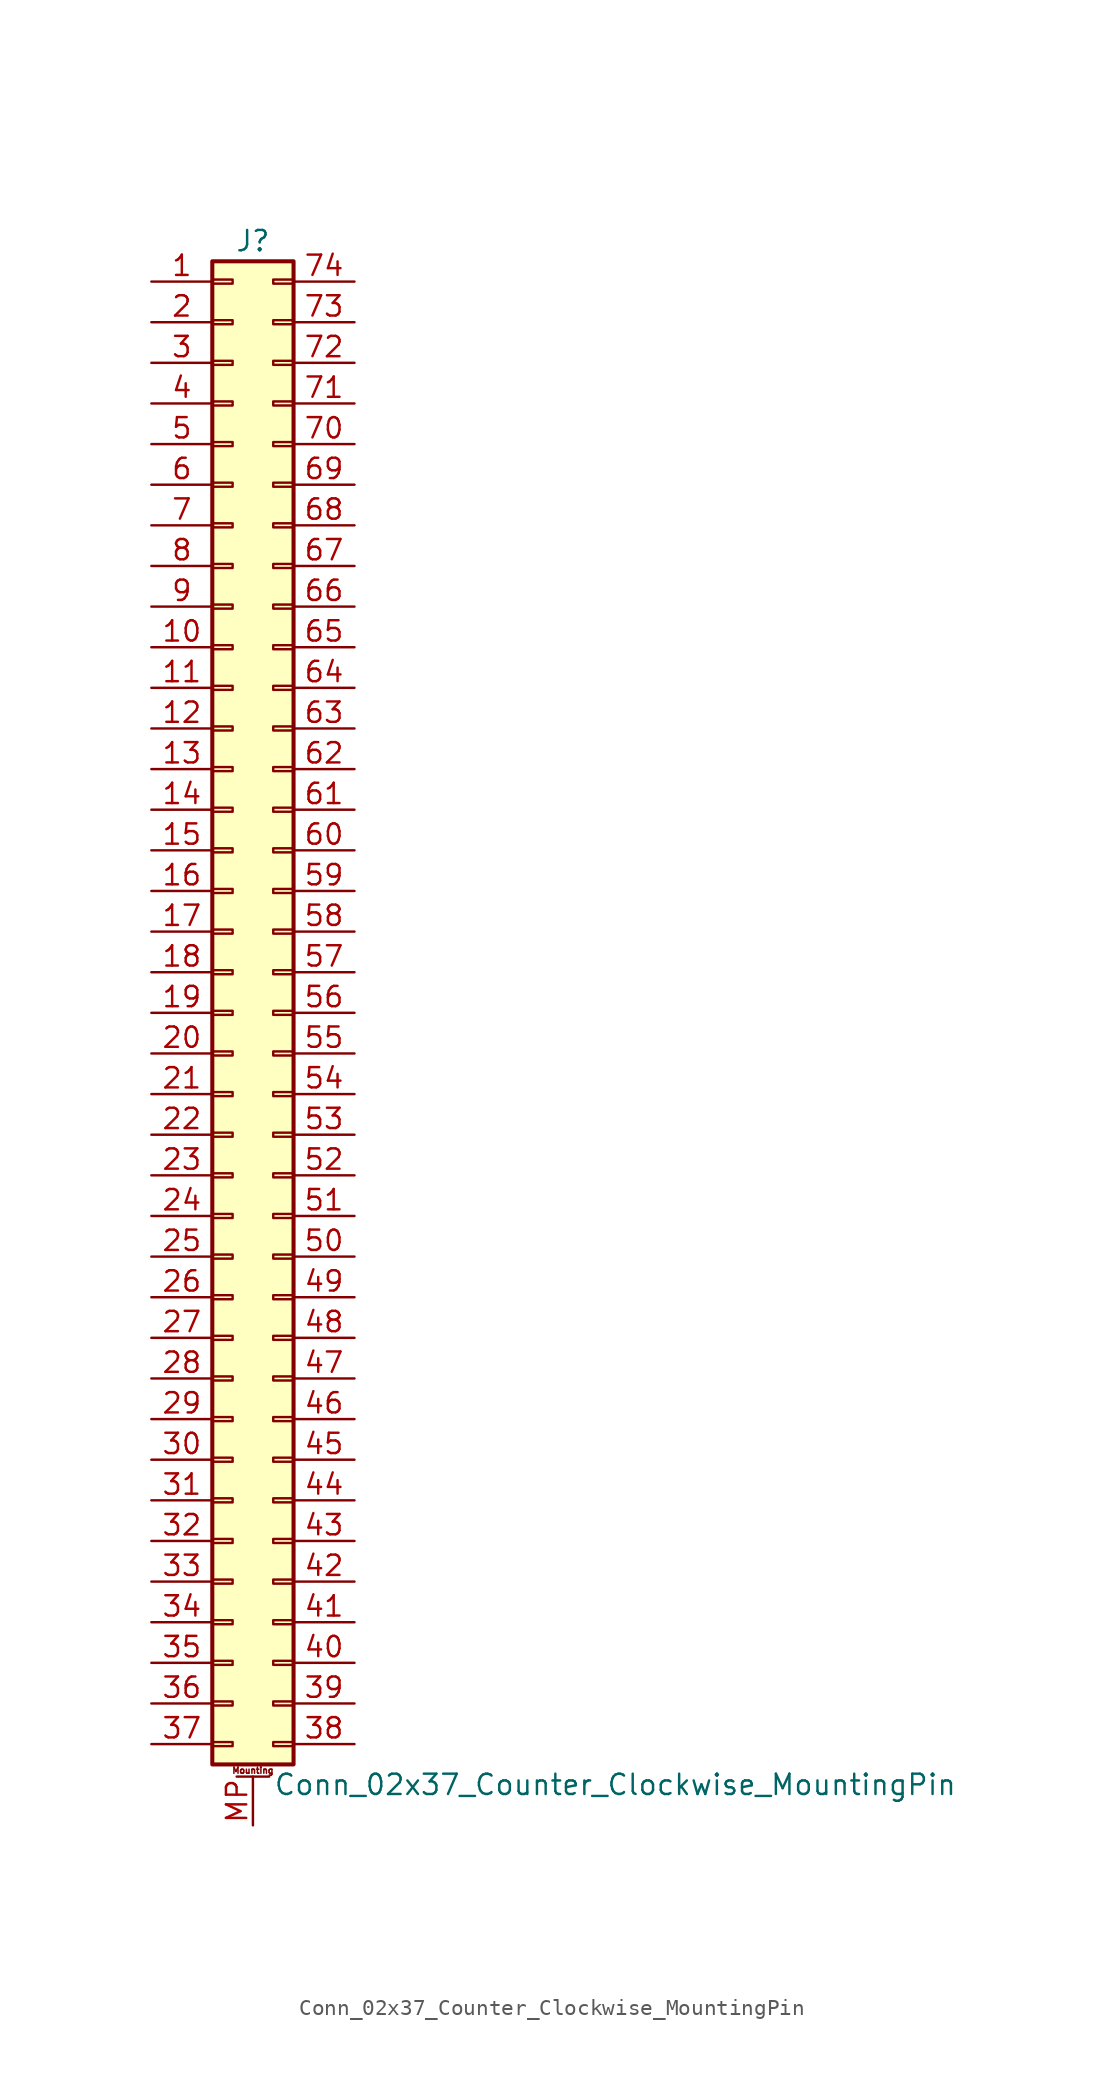
<source format=kicad_sym>
(kicad_symbol_lib
  (version 20201005)
  (generator kicad_symbol_editor)
  (symbol "Conn_02x37_Counter_Clockwise_MountingPin"
    (pin_names
      (offset 1.016) hide)
    (property "Reference" "J"
      (at 1.27 48.26 0)
      (effects (font (size 1.27 1.27))))
    (property "Value" "Conn_02x37_Counter_Clockwise_MountingPin"
      (at 2.54 -48.26 0)
      (effects (font (size 1.27 1.27)) (justify left)))
    (symbol "Conn_02x37_Counter_Clockwise_MountingPin_1_1"
      (text "Mounting" (at 1.27 -47.371 0) (effects (font (size 0.381 0.381))))
      (rectangle (start -1.27 -45.593) (end 0 -45.847) (stroke (width 0.152)) (fill (type none)))
      (rectangle (start -1.27 -43.053) (end 0 -43.307) (stroke (width 0.152)) (fill (type none)))
      (rectangle (start -1.27 -40.513) (end 0 -40.767) (stroke (width 0.152)) (fill (type none)))
      (rectangle (start -1.27 -37.973) (end 0 -38.227) (stroke (width 0.152)) (fill (type none)))
      (rectangle (start -1.27 -35.433) (end 0 -35.687) (stroke (width 0.152)) (fill (type none)))
      (rectangle (start -1.27 -32.893) (end 0 -33.147) (stroke (width 0.152)) (fill (type none)))
      (rectangle (start -1.27 -30.353) (end 0 -30.607) (stroke (width 0.152)) (fill (type none)))
      (rectangle (start -1.27 -27.813) (end 0 -28.067) (stroke (width 0.152)) (fill (type none)))
      (rectangle (start -1.27 -25.273) (end 0 -25.527) (stroke (width 0.152)) (fill (type none)))
      (rectangle (start -1.27 -22.733) (end 0 -22.987) (stroke (width 0.152)) (fill (type none)))
      (rectangle (start -1.27 -20.193) (end 0 -20.447) (stroke (width 0.152)) (fill (type none)))
      (rectangle (start -1.27 -17.653) (end 0 -17.907) (stroke (width 0.152)) (fill (type none)))
      (rectangle (start -1.27 -15.113) (end 0 -15.367) (stroke (width 0.152)) (fill (type none)))
      (rectangle (start -1.27 -12.573) (end 0 -12.827) (stroke (width 0.152)) (fill (type none)))
      (rectangle (start -1.27 -10.033) (end 0 -10.287) (stroke (width 0.152)) (fill (type none)))
      (rectangle (start -1.27 -7.493) (end 0 -7.747) (stroke (width 0.152)) (fill (type none)))
      (rectangle (start -1.27 -4.953) (end 0 -5.207) (stroke (width 0.152)) (fill (type none)))
      (rectangle (start -1.27 -2.413) (end 0 -2.667) (stroke (width 0.152)) (fill (type none)))
      (rectangle (start -1.27 0.127) (end 0 -0.127) (stroke (width 0.152)) (fill (type none)))
      (rectangle (start -1.27 2.667) (end 0 2.413) (stroke (width 0.152)) (fill (type none)))
      (rectangle (start -1.27 5.207) (end 0 4.953) (stroke (width 0.152)) (fill (type none)))
      (rectangle (start -1.27 7.747) (end 0 7.493) (stroke (width 0.152)) (fill (type none)))
      (rectangle (start -1.27 10.287) (end 0 10.033) (stroke (width 0.152)) (fill (type none)))
      (rectangle (start -1.27 12.827) (end 0 12.573) (stroke (width 0.152)) (fill (type none)))
      (rectangle (start -1.27 15.367) (end 0 15.113) (stroke (width 0.152)) (fill (type none)))
      (rectangle (start -1.27 17.907) (end 0 17.653) (stroke (width 0.152)) (fill (type none)))
      (rectangle (start -1.27 20.447) (end 0 20.193) (stroke (width 0.152)) (fill (type none)))
      (rectangle (start -1.27 22.987) (end 0 22.733) (stroke (width 0.152)) (fill (type none)))
      (rectangle (start -1.27 25.527) (end 0 25.273) (stroke (width 0.152)) (fill (type none)))
      (rectangle (start -1.27 28.067) (end 0 27.813) (stroke (width 0.152)) (fill (type none)))
      (rectangle (start -1.27 30.607) (end 0 30.353) (stroke (width 0.152)) (fill (type none)))
      (rectangle (start -1.27 33.147) (end 0 32.893) (stroke (width 0.152)) (fill (type none)))
      (rectangle (start -1.27 35.687) (end 0 35.433) (stroke (width 0.152)) (fill (type none)))
      (rectangle (start -1.27 38.227) (end 0 37.973) (stroke (width 0.152)) (fill (type none)))
      (rectangle (start -1.27 40.767) (end 0 40.513) (stroke (width 0.152)) (fill (type none)))
      (rectangle (start -1.27 43.307) (end 0 43.053) (stroke (width 0.152)) (fill (type none)))
      (rectangle (start -1.27 45.847) (end 0 45.593) (stroke (width 0.152)) (fill (type none)))
      (rectangle (start 3.81 -45.593) (end 2.54 -45.847) (stroke (width 0.152)) (fill (type none)))
      (rectangle (start 3.81 -43.053) (end 2.54 -43.307) (stroke (width 0.152)) (fill (type none)))
      (rectangle (start 3.81 -40.513) (end 2.54 -40.767) (stroke (width 0.152)) (fill (type none)))
      (rectangle (start 3.81 -37.973) (end 2.54 -38.227) (stroke (width 0.152)) (fill (type none)))
      (rectangle (start 3.81 -35.433) (end 2.54 -35.687) (stroke (width 0.152)) (fill (type none)))
      (rectangle (start 3.81 -32.893) (end 2.54 -33.147) (stroke (width 0.152)) (fill (type none)))
      (rectangle (start 3.81 -30.353) (end 2.54 -30.607) (stroke (width 0.152)) (fill (type none)))
      (rectangle (start 3.81 -27.813) (end 2.54 -28.067) (stroke (width 0.152)) (fill (type none)))
      (rectangle (start 3.81 -25.273) (end 2.54 -25.527) (stroke (width 0.152)) (fill (type none)))
      (rectangle (start 3.81 -22.733) (end 2.54 -22.987) (stroke (width 0.152)) (fill (type none)))
      (rectangle (start 3.81 -20.193) (end 2.54 -20.447) (stroke (width 0.152)) (fill (type none)))
      (rectangle (start 3.81 -17.653) (end 2.54 -17.907) (stroke (width 0.152)) (fill (type none)))
      (rectangle (start 3.81 -15.113) (end 2.54 -15.367) (stroke (width 0.152)) (fill (type none)))
      (rectangle (start 3.81 -12.573) (end 2.54 -12.827) (stroke (width 0.152)) (fill (type none)))
      (rectangle (start 3.81 -10.033) (end 2.54 -10.287) (stroke (width 0.152)) (fill (type none)))
      (rectangle (start 3.81 -7.493) (end 2.54 -7.747) (stroke (width 0.152)) (fill (type none)))
      (rectangle (start 3.81 -4.953) (end 2.54 -5.207) (stroke (width 0.152)) (fill (type none)))
      (rectangle (start 3.81 -2.413) (end 2.54 -2.667) (stroke (width 0.152)) (fill (type none)))
      (rectangle (start 3.81 0.127) (end 2.54 -0.127) (stroke (width 0.152)) (fill (type none)))
      (rectangle (start 3.81 2.667) (end 2.54 2.413) (stroke (width 0.152)) (fill (type none)))
      (rectangle (start 3.81 5.207) (end 2.54 4.953) (stroke (width 0.152)) (fill (type none)))
      (rectangle (start 3.81 7.747) (end 2.54 7.493) (stroke (width 0.152)) (fill (type none)))
      (rectangle (start 3.81 10.287) (end 2.54 10.033) (stroke (width 0.152)) (fill (type none)))
      (rectangle (start 3.81 12.827) (end 2.54 12.573) (stroke (width 0.152)) (fill (type none)))
      (rectangle (start 3.81 15.367) (end 2.54 15.113) (stroke (width 0.152)) (fill (type none)))
      (rectangle (start 3.81 17.907) (end 2.54 17.653) (stroke (width 0.152)) (fill (type none)))
      (rectangle (start 3.81 20.447) (end 2.54 20.193) (stroke (width 0.152)) (fill (type none)))
      (rectangle (start 3.81 22.987) (end 2.54 22.733) (stroke (width 0.152)) (fill (type none)))
      (rectangle (start 3.81 25.527) (end 2.54 25.273) (stroke (width 0.152)) (fill (type none)))
      (rectangle (start 3.81 28.067) (end 2.54 27.813) (stroke (width 0.152)) (fill (type none)))
      (rectangle (start 3.81 30.607) (end 2.54 30.353) (stroke (width 0.152)) (fill (type none)))
      (rectangle (start 3.81 33.147) (end 2.54 32.893) (stroke (width 0.152)) (fill (type none)))
      (rectangle (start 3.81 35.687) (end 2.54 35.433) (stroke (width 0.152)) (fill (type none)))
      (rectangle (start 3.81 38.227) (end 2.54 37.973) (stroke (width 0.152)) (fill (type none)))
      (rectangle (start 3.81 40.767) (end 2.54 40.513) (stroke (width 0.152)) (fill (type none)))
      (rectangle (start 3.81 43.307) (end 2.54 43.053) (stroke (width 0.152)) (fill (type none)))
      (rectangle (start 3.81 45.847) (end 2.54 45.593) (stroke (width 0.152)) (fill (type none)))
      (rectangle (start -1.27 46.99) (end 3.81 -46.99) (stroke (width 0.254)) (fill (type background)))
      (polyline (pts (xy 0.254 -47.752) (xy 2.286 -47.752)) (stroke (width 0.152)) (fill (type none)))
      (pin passive line (at -5.08 45.72 0) (length 3.81) (name "Pin_1" (effects (font (size 1.27 1.27)))) (number "1" (effects (font (size 1.27 1.27)))))
      (pin passive line (at -5.08 22.86 0) (length 3.81) (name "Pin_10" (effects (font (size 1.27 1.27)))) (number "10" (effects (font (size 1.27 1.27)))))
      (pin passive line (at -5.08 20.32 0) (length 3.81) (name "Pin_11" (effects (font (size 1.27 1.27)))) (number "11" (effects (font (size 1.27 1.27)))))
      (pin passive line (at -5.08 17.78 0) (length 3.81) (name "Pin_12" (effects (font (size 1.27 1.27)))) (number "12" (effects (font (size 1.27 1.27)))))
      (pin passive line (at -5.08 15.24 0) (length 3.81) (name "Pin_13" (effects (font (size 1.27 1.27)))) (number "13" (effects (font (size 1.27 1.27)))))
      (pin passive line (at -5.08 12.7 0) (length 3.81) (name "Pin_14" (effects (font (size 1.27 1.27)))) (number "14" (effects (font (size 1.27 1.27)))))
      (pin passive line (at -5.08 10.16 0) (length 3.81) (name "Pin_15" (effects (font (size 1.27 1.27)))) (number "15" (effects (font (size 1.27 1.27)))))
      (pin passive line (at -5.08 7.62 0) (length 3.81) (name "Pin_16" (effects (font (size 1.27 1.27)))) (number "16" (effects (font (size 1.27 1.27)))))
      (pin passive line (at -5.08 5.08 0) (length 3.81) (name "Pin_17" (effects (font (size 1.27 1.27)))) (number "17" (effects (font (size 1.27 1.27)))))
      (pin passive line (at -5.08 2.54 0) (length 3.81) (name "Pin_18" (effects (font (size 1.27 1.27)))) (number "18" (effects (font (size 1.27 1.27)))))
      (pin passive line (at -5.08 0 0) (length 3.81) (name "Pin_19" (effects (font (size 1.27 1.27)))) (number "19" (effects (font (size 1.27 1.27)))))
      (pin passive line (at -5.08 43.18 0) (length 3.81) (name "Pin_2" (effects (font (size 1.27 1.27)))) (number "2" (effects (font (size 1.27 1.27)))))
      (pin passive line (at -5.08 -2.54 0) (length 3.81) (name "Pin_20" (effects (font (size 1.27 1.27)))) (number "20" (effects (font (size 1.27 1.27)))))
      (pin passive line (at -5.08 -5.08 0) (length 3.81) (name "Pin_21" (effects (font (size 1.27 1.27)))) (number "21" (effects (font (size 1.27 1.27)))))
      (pin passive line (at -5.08 -7.62 0) (length 3.81) (name "Pin_22" (effects (font (size 1.27 1.27)))) (number "22" (effects (font (size 1.27 1.27)))))
      (pin passive line (at -5.08 -10.16 0) (length 3.81) (name "Pin_23" (effects (font (size 1.27 1.27)))) (number "23" (effects (font (size 1.27 1.27)))))
      (pin passive line (at -5.08 -12.7 0) (length 3.81) (name "Pin_24" (effects (font (size 1.27 1.27)))) (number "24" (effects (font (size 1.27 1.27)))))
      (pin passive line (at -5.08 -15.24 0) (length 3.81) (name "Pin_25" (effects (font (size 1.27 1.27)))) (number "25" (effects (font (size 1.27 1.27)))))
      (pin passive line (at -5.08 -17.78 0) (length 3.81) (name "Pin_26" (effects (font (size 1.27 1.27)))) (number "26" (effects (font (size 1.27 1.27)))))
      (pin passive line (at -5.08 -20.32 0) (length 3.81) (name "Pin_27" (effects (font (size 1.27 1.27)))) (number "27" (effects (font (size 1.27 1.27)))))
      (pin passive line (at -5.08 -22.86 0) (length 3.81) (name "Pin_28" (effects (font (size 1.27 1.27)))) (number "28" (effects (font (size 1.27 1.27)))))
      (pin passive line (at -5.08 -25.4 0) (length 3.81) (name "Pin_29" (effects (font (size 1.27 1.27)))) (number "29" (effects (font (size 1.27 1.27)))))
      (pin passive line (at -5.08 40.64 0) (length 3.81) (name "Pin_3" (effects (font (size 1.27 1.27)))) (number "3" (effects (font (size 1.27 1.27)))))
      (pin passive line (at -5.08 -27.94 0) (length 3.81) (name "Pin_30" (effects (font (size 1.27 1.27)))) (number "30" (effects (font (size 1.27 1.27)))))
      (pin passive line (at -5.08 -30.48 0) (length 3.81) (name "Pin_31" (effects (font (size 1.27 1.27)))) (number "31" (effects (font (size 1.27 1.27)))))
      (pin passive line (at -5.08 -33.02 0) (length 3.81) (name "Pin_32" (effects (font (size 1.27 1.27)))) (number "32" (effects (font (size 1.27 1.27)))))
      (pin passive line (at -5.08 -35.56 0) (length 3.81) (name "Pin_33" (effects (font (size 1.27 1.27)))) (number "33" (effects (font (size 1.27 1.27)))))
      (pin passive line (at -5.08 -38.1 0) (length 3.81) (name "Pin_34" (effects (font (size 1.27 1.27)))) (number "34" (effects (font (size 1.27 1.27)))))
      (pin passive line (at -5.08 -40.64 0) (length 3.81) (name "Pin_35" (effects (font (size 1.27 1.27)))) (number "35" (effects (font (size 1.27 1.27)))))
      (pin passive line (at -5.08 -43.18 0) (length 3.81) (name "Pin_36" (effects (font (size 1.27 1.27)))) (number "36" (effects (font (size 1.27 1.27)))))
      (pin passive line (at -5.08 -45.72 0) (length 3.81) (name "Pin_37" (effects (font (size 1.27 1.27)))) (number "37" (effects (font (size 1.27 1.27)))))
      (pin passive line (at 7.62 -45.72 180) (length 3.81) (name "Pin_38" (effects (font (size 1.27 1.27)))) (number "38" (effects (font (size 1.27 1.27)))))
      (pin passive line (at 7.62 -43.18 180) (length 3.81) (name "Pin_39" (effects (font (size 1.27 1.27)))) (number "39" (effects (font (size 1.27 1.27)))))
      (pin passive line (at -5.08 38.1 0) (length 3.81) (name "Pin_4" (effects (font (size 1.27 1.27)))) (number "4" (effects (font (size 1.27 1.27)))))
      (pin passive line (at 7.62 -40.64 180) (length 3.81) (name "Pin_40" (effects (font (size 1.27 1.27)))) (number "40" (effects (font (size 1.27 1.27)))))
      (pin passive line (at 7.62 -38.1 180) (length 3.81) (name "Pin_41" (effects (font (size 1.27 1.27)))) (number "41" (effects (font (size 1.27 1.27)))))
      (pin passive line (at 7.62 -35.56 180) (length 3.81) (name "Pin_42" (effects (font (size 1.27 1.27)))) (number "42" (effects (font (size 1.27 1.27)))))
      (pin passive line (at 7.62 -33.02 180) (length 3.81) (name "Pin_43" (effects (font (size 1.27 1.27)))) (number "43" (effects (font (size 1.27 1.27)))))
      (pin passive line (at 7.62 -30.48 180) (length 3.81) (name "Pin_44" (effects (font (size 1.27 1.27)))) (number "44" (effects (font (size 1.27 1.27)))))
      (pin passive line (at 7.62 -27.94 180) (length 3.81) (name "Pin_45" (effects (font (size 1.27 1.27)))) (number "45" (effects (font (size 1.27 1.27)))))
      (pin passive line (at 7.62 -25.4 180) (length 3.81) (name "Pin_46" (effects (font (size 1.27 1.27)))) (number "46" (effects (font (size 1.27 1.27)))))
      (pin passive line (at 7.62 -22.86 180) (length 3.81) (name "Pin_47" (effects (font (size 1.27 1.27)))) (number "47" (effects (font (size 1.27 1.27)))))
      (pin passive line (at 7.62 -20.32 180) (length 3.81) (name "Pin_48" (effects (font (size 1.27 1.27)))) (number "48" (effects (font (size 1.27 1.27)))))
      (pin passive line (at 7.62 -17.78 180) (length 3.81) (name "Pin_49" (effects (font (size 1.27 1.27)))) (number "49" (effects (font (size 1.27 1.27)))))
      (pin passive line (at -5.08 35.56 0) (length 3.81) (name "Pin_5" (effects (font (size 1.27 1.27)))) (number "5" (effects (font (size 1.27 1.27)))))
      (pin passive line (at 7.62 -15.24 180) (length 3.81) (name "Pin_50" (effects (font (size 1.27 1.27)))) (number "50" (effects (font (size 1.27 1.27)))))
      (pin passive line (at 7.62 -12.7 180) (length 3.81) (name "Pin_51" (effects (font (size 1.27 1.27)))) (number "51" (effects (font (size 1.27 1.27)))))
      (pin passive line (at 7.62 -10.16 180) (length 3.81) (name "Pin_52" (effects (font (size 1.27 1.27)))) (number "52" (effects (font (size 1.27 1.27)))))
      (pin passive line (at 7.62 -7.62 180) (length 3.81) (name "Pin_53" (effects (font (size 1.27 1.27)))) (number "53" (effects (font (size 1.27 1.27)))))
      (pin passive line (at 7.62 -5.08 180) (length 3.81) (name "Pin_54" (effects (font (size 1.27 1.27)))) (number "54" (effects (font (size 1.27 1.27)))))
      (pin passive line (at 7.62 -2.54 180) (length 3.81) (name "Pin_55" (effects (font (size 1.27 1.27)))) (number "55" (effects (font (size 1.27 1.27)))))
      (pin passive line (at 7.62 0 180) (length 3.81) (name "Pin_56" (effects (font (size 1.27 1.27)))) (number "56" (effects (font (size 1.27 1.27)))))
      (pin passive line (at 7.62 2.54 180) (length 3.81) (name "Pin_57" (effects (font (size 1.27 1.27)))) (number "57" (effects (font (size 1.27 1.27)))))
      (pin passive line (at 7.62 5.08 180) (length 3.81) (name "Pin_58" (effects (font (size 1.27 1.27)))) (number "58" (effects (font (size 1.27 1.27)))))
      (pin passive line (at 7.62 7.62 180) (length 3.81) (name "Pin_59" (effects (font (size 1.27 1.27)))) (number "59" (effects (font (size 1.27 1.27)))))
      (pin passive line (at -5.08 33.02 0) (length 3.81) (name "Pin_6" (effects (font (size 1.27 1.27)))) (number "6" (effects (font (size 1.27 1.27)))))
      (pin passive line (at 7.62 10.16 180) (length 3.81) (name "Pin_60" (effects (font (size 1.27 1.27)))) (number "60" (effects (font (size 1.27 1.27)))))
      (pin passive line (at 7.62 12.7 180) (length 3.81) (name "Pin_61" (effects (font (size 1.27 1.27)))) (number "61" (effects (font (size 1.27 1.27)))))
      (pin passive line (at 7.62 15.24 180) (length 3.81) (name "Pin_62" (effects (font (size 1.27 1.27)))) (number "62" (effects (font (size 1.27 1.27)))))
      (pin passive line (at 7.62 17.78 180) (length 3.81) (name "Pin_63" (effects (font (size 1.27 1.27)))) (number "63" (effects (font (size 1.27 1.27)))))
      (pin passive line (at 7.62 20.32 180) (length 3.81) (name "Pin_64" (effects (font (size 1.27 1.27)))) (number "64" (effects (font (size 1.27 1.27)))))
      (pin passive line (at 7.62 22.86 180) (length 3.81) (name "Pin_65" (effects (font (size 1.27 1.27)))) (number "65" (effects (font (size 1.27 1.27)))))
      (pin passive line (at 7.62 25.4 180) (length 3.81) (name "Pin_66" (effects (font (size 1.27 1.27)))) (number "66" (effects (font (size 1.27 1.27)))))
      (pin passive line (at 7.62 27.94 180) (length 3.81) (name "Pin_67" (effects (font (size 1.27 1.27)))) (number "67" (effects (font (size 1.27 1.27)))))
      (pin passive line (at 7.62 30.48 180) (length 3.81) (name "Pin_68" (effects (font (size 1.27 1.27)))) (number "68" (effects (font (size 1.27 1.27)))))
      (pin passive line (at 7.62 33.02 180) (length 3.81) (name "Pin_69" (effects (font (size 1.27 1.27)))) (number "69" (effects (font (size 1.27 1.27)))))
      (pin passive line (at -5.08 30.48 0) (length 3.81) (name "Pin_7" (effects (font (size 1.27 1.27)))) (number "7" (effects (font (size 1.27 1.27)))))
      (pin passive line (at 7.62 35.56 180) (length 3.81) (name "Pin_70" (effects (font (size 1.27 1.27)))) (number "70" (effects (font (size 1.27 1.27)))))
      (pin passive line (at 7.62 38.1 180) (length 3.81) (name "Pin_71" (effects (font (size 1.27 1.27)))) (number "71" (effects (font (size 1.27 1.27)))))
      (pin passive line (at 7.62 40.64 180) (length 3.81) (name "Pin_72" (effects (font (size 1.27 1.27)))) (number "72" (effects (font (size 1.27 1.27)))))
      (pin passive line (at 7.62 43.18 180) (length 3.81) (name "Pin_73" (effects (font (size 1.27 1.27)))) (number "73" (effects (font (size 1.27 1.27)))))
      (pin passive line (at 7.62 45.72 180) (length 3.81) (name "Pin_74" (effects (font (size 1.27 1.27)))) (number "74" (effects (font (size 1.27 1.27)))))
      (pin passive line (at -5.08 27.94 0) (length 3.81) (name "Pin_8" (effects (font (size 1.27 1.27)))) (number "8" (effects (font (size 1.27 1.27)))))
      (pin passive line (at -5.08 25.4 0) (length 3.81) (name "Pin_9" (effects (font (size 1.27 1.27)))) (number "9" (effects (font (size 1.27 1.27)))))
      (pin passive line (at 1.27 -50.8 90) (length 3.048) (name "MountPin" (effects (font (size 1.27 1.27)))) (number "MP" (effects (font (size 1.27 1.27))))))))
</source>
